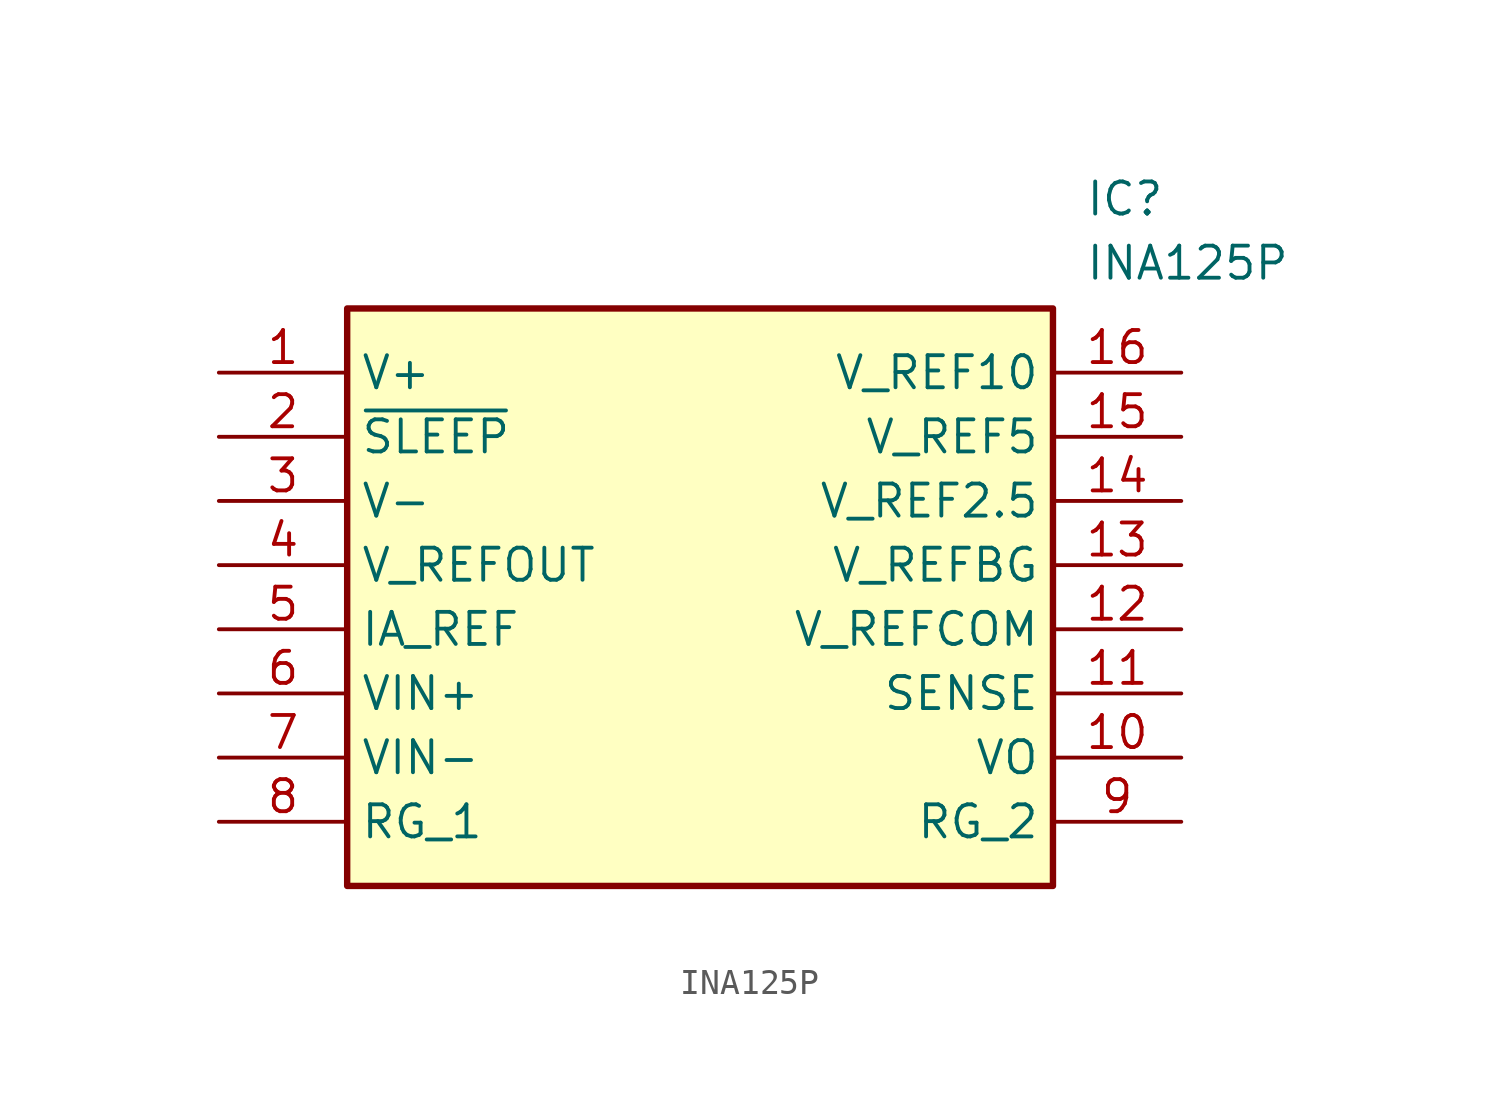
<source format=kicad_sym>
(kicad_symbol_lib
  (version 20211014)
  (generator SamacSys_ECAD_Model)
  (symbol "INA125P"
    (property "Reference" "IC"
      (at 34.29 7.62 0)
      (effects (font (size 1.27 1.27)) (justify left top)))
    (property "Value" "INA125P"
      (at 34.29 5.08 0)
      (effects (font (size 1.27 1.27)) (justify left top)))
    (rectangle
      (start 5.08 2.54)
      (end 33.02 -20.32)
      (stroke (width 0.254) (type default))
      (fill (type background)))
    (pin passive line
      (at 0 0 0)
      (length 5.08)
      (name "V+" (effects (font (size 1.27 1.27))))
      (number "1" (effects (font (size 1.27 1.27)))))
    (pin passive line
      (at 0 -2.54 0)
      (length 5.08)
      (name "~{SLEEP}" (effects (font (size 1.27 1.27))))
      (number "2" (effects (font (size 1.27 1.27)))))
    (pin passive line
      (at 0 -5.08 0)
      (length 5.08)
      (name "V-" (effects (font (size 1.27 1.27))))
      (number "3" (effects (font (size 1.27 1.27)))))
    (pin passive line
      (at 0 -7.62 0)
      (length 5.08)
      (name "V_REFOUT" (effects (font (size 1.27 1.27))))
      (number "4" (effects (font (size 1.27 1.27)))))
    (pin passive line
      (at 0 -10.16 0)
      (length 5.08)
      (name "IA_REF" (effects (font (size 1.27 1.27))))
      (number "5" (effects (font (size 1.27 1.27)))))
    (pin passive line
      (at 0 -12.7 0)
      (length 5.08)
      (name "VIN+" (effects (font (size 1.27 1.27))))
      (number "6" (effects (font (size 1.27 1.27)))))
    (pin passive line
      (at 0 -15.24 0)
      (length 5.08)
      (name "VIN-" (effects (font (size 1.27 1.27))))
      (number "7" (effects (font (size 1.27 1.27)))))
    (pin passive line
      (at 0 -17.78 0)
      (length 5.08)
      (name "RG_1" (effects (font (size 1.27 1.27))))
      (number "8" (effects (font (size 1.27 1.27)))))
    (pin passive line
      (at 38.1 0 180)
      (length 5.08)
      (name "V_REF10" (effects (font (size 1.27 1.27))))
      (number "16" (effects (font (size 1.27 1.27)))))
    (pin passive line
      (at 38.1 -2.54 180)
      (length 5.08)
      (name "V_REF5" (effects (font (size 1.27 1.27))))
      (number "15" (effects (font (size 1.27 1.27)))))
    (pin passive line
      (at 38.1 -5.08 180)
      (length 5.08)
      (name "V_REF2.5" (effects (font (size 1.27 1.27))))
      (number "14" (effects (font (size 1.27 1.27)))))
    (pin passive line
      (at 38.1 -7.62 180)
      (length 5.08)
      (name "V_REFBG" (effects (font (size 1.27 1.27))))
      (number "13" (effects (font (size 1.27 1.27)))))
    (pin passive line
      (at 38.1 -10.16 180)
      (length 5.08)
      (name "V_REFCOM" (effects (font (size 1.27 1.27))))
      (number "12" (effects (font (size 1.27 1.27)))))
    (pin passive line
      (at 38.1 -12.7 180)
      (length 5.08)
      (name "SENSE" (effects (font (size 1.27 1.27))))
      (number "11" (effects (font (size 1.27 1.27)))))
    (pin passive line
      (at 38.1 -15.24 180)
      (length 5.08)
      (name "VO" (effects (font (size 1.27 1.27))))
      (number "10" (effects (font (size 1.27 1.27)))))
    (pin passive line
      (at 38.1 -17.78 180)
      (length 5.08)
      (name "RG_2" (effects (font (size 1.27 1.27))))
      (number "9" (effects (font (size 1.27 1.27)))))))
</source>
